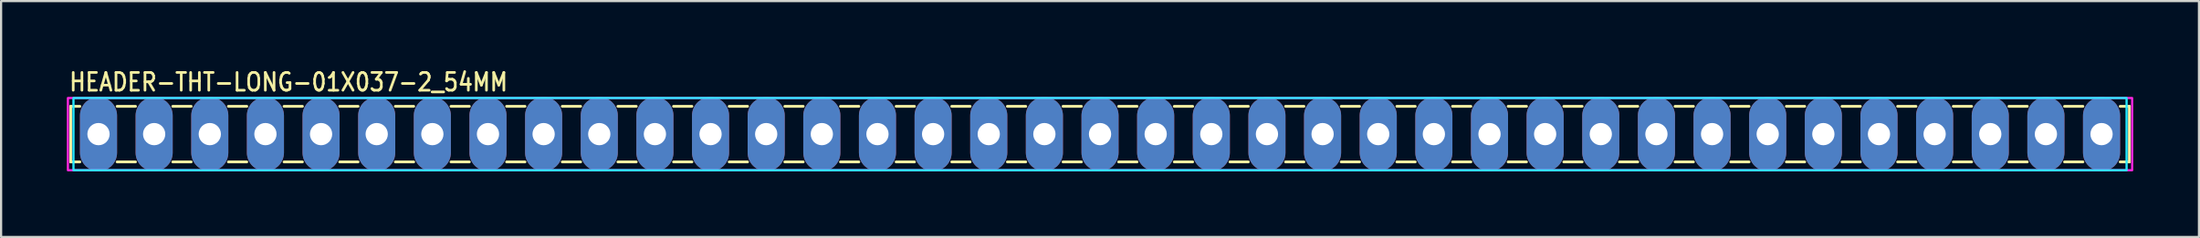
<source format=kicad_pcb>
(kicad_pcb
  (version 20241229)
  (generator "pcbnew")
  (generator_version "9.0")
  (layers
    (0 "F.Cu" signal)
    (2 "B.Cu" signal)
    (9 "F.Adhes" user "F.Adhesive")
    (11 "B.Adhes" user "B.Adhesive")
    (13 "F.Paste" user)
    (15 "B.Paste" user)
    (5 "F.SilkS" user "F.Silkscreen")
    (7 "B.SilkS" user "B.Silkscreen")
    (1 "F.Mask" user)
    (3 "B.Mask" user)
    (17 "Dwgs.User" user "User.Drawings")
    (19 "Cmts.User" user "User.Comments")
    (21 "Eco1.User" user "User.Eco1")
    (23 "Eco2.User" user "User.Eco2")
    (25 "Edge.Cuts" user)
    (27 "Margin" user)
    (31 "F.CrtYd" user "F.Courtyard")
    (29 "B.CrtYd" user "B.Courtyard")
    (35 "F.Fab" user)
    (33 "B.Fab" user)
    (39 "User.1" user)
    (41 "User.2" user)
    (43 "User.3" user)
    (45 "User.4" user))
  (footprint "HEADER-THT-LONG-01X037-2_54MM"
    (layer "F.Cu")
    (at 1.447 3.079)
    (property "Reference" "HEADER-THT-LONG-01X037-2_54MM" (at -1.4 -1.9 0) (unlocked yes) (layer "F.SilkS") (effects (font (size 0.813 0.695) (thickness 0.122)) (justify left bottom)))
    (fp_line (start -1.27 -1.27) (end -1.27 1.27) (stroke (width 0.127) (type solid)) (layer "F.SilkS"))
    (fp_line (start -1.27 1.27) (end -0.85 1.27) (stroke (width 0.127) (type solid)) (layer "F.SilkS"))
    (fp_line (start -0.85 -1.27) (end -1.27 -1.27) (stroke (width 0.127) (type solid)) (layer "F.SilkS"))
    (fp_line (start 0.85 -1.27) (end 1.69 -1.27) (stroke (width 0.127) (type solid)) (layer "F.SilkS"))
    (fp_line (start 0.85 1.27) (end 1.69 1.27) (stroke (width 0.127) (type solid)) (layer "F.SilkS"))
    (fp_line (start 3.39 -1.27) (end 4.23 -1.27) (stroke (width 0.127) (type solid)) (layer "F.SilkS"))
    (fp_line (start 3.39 1.27) (end 4.23 1.27) (stroke (width 0.127) (type solid)) (layer "F.SilkS"))
    (fp_line (start 5.93 -1.27) (end 6.77 -1.27) (stroke (width 0.127) (type solid)) (layer "F.SilkS"))
    (fp_line (start 5.93 1.27) (end 6.77 1.27) (stroke (width 0.127) (type solid)) (layer "F.SilkS"))
    (fp_line (start 8.47 -1.27) (end 9.31 -1.27) (stroke (width 0.127) (type solid)) (layer "F.SilkS"))
    (fp_line (start 8.47 1.27) (end 9.31 1.27) (stroke (width 0.127) (type solid)) (layer "F.SilkS"))
    (fp_line (start 11.01 -1.27) (end 11.85 -1.27) (stroke (width 0.127) (type solid)) (layer "F.SilkS"))
    (fp_line (start 11.01 1.27) (end 11.85 1.27) (stroke (width 0.127) (type solid)) (layer "F.SilkS"))
    (fp_line (start 13.55 -1.27) (end 14.39 -1.27) (stroke (width 0.127) (type solid)) (layer "F.SilkS"))
    (fp_line (start 13.55 1.27) (end 14.39 1.27) (stroke (width 0.127) (type solid)) (layer "F.SilkS"))
    (fp_line (start 16.09 -1.27) (end 16.93 -1.27) (stroke (width 0.127) (type solid)) (layer "F.SilkS"))
    (fp_line (start 16.09 1.27) (end 16.93 1.27) (stroke (width 0.127) (type solid)) (layer "F.SilkS"))
    (fp_line (start 18.63 -1.27) (end 19.47 -1.27) (stroke (width 0.127) (type solid)) (layer "F.SilkS"))
    (fp_line (start 18.63 1.27) (end 19.47 1.27) (stroke (width 0.127) (type solid)) (layer "F.SilkS"))
    (fp_line (start 21.17 -1.27) (end 22.01 -1.27) (stroke (width 0.127) (type solid)) (layer "F.SilkS"))
    (fp_line (start 21.17 1.27) (end 22.01 1.27) (stroke (width 0.127) (type solid)) (layer "F.SilkS"))
    (fp_line (start 23.71 -1.27) (end 24.55 -1.27) (stroke (width 0.127) (type solid)) (layer "F.SilkS"))
    (fp_line (start 23.71 1.27) (end 24.55 1.27) (stroke (width 0.127) (type solid)) (layer "F.SilkS"))
    (fp_line (start 26.25 -1.27) (end 27.09 -1.27) (stroke (width 0.127) (type solid)) (layer "F.SilkS"))
    (fp_line (start 26.25 1.27) (end 27.09 1.27) (stroke (width 0.127) (type solid)) (layer "F.SilkS"))
    (fp_line (start 28.79 -1.27) (end 29.63 -1.27) (stroke (width 0.127) (type solid)) (layer "F.SilkS"))
    (fp_line (start 28.79 1.27) (end 29.63 1.27) (stroke (width 0.127) (type solid)) (layer "F.SilkS"))
    (fp_line (start 31.33 -1.27) (end 32.17 -1.27) (stroke (width 0.127) (type solid)) (layer "F.SilkS"))
    (fp_line (start 31.33 1.27) (end 32.17 1.27) (stroke (width 0.127) (type solid)) (layer "F.SilkS"))
    (fp_line (start 33.87 -1.27) (end 34.71 -1.27) (stroke (width 0.127) (type solid)) (layer "F.SilkS"))
    (fp_line (start 33.87 1.27) (end 34.71 1.27) (stroke (width 0.127) (type solid)) (layer "F.SilkS"))
    (fp_line (start 36.41 -1.27) (end 37.25 -1.27) (stroke (width 0.127) (type solid)) (layer "F.SilkS"))
    (fp_line (start 36.41 1.27) (end 37.25 1.27) (stroke (width 0.127) (type solid)) (layer "F.SilkS"))
    (fp_line (start 38.95 -1.27) (end 39.79 -1.27) (stroke (width 0.127) (type solid)) (layer "F.SilkS"))
    (fp_line (start 38.95 1.27) (end 39.79 1.27) (stroke (width 0.127) (type solid)) (layer "F.SilkS"))
    (fp_line (start 41.49 -1.27) (end 42.33 -1.27) (stroke (width 0.127) (type solid)) (layer "F.SilkS"))
    (fp_line (start 41.49 1.27) (end 42.33 1.27) (stroke (width 0.127) (type solid)) (layer "F.SilkS"))
    (fp_line (start 44.03 -1.27) (end 44.87 -1.27) (stroke (width 0.127) (type solid)) (layer "F.SilkS"))
    (fp_line (start 44.03 1.27) (end 44.87 1.27) (stroke (width 0.127) (type solid)) (layer "F.SilkS"))
    (fp_line (start 46.57 -1.27) (end 47.41 -1.27) (stroke (width 0.127) (type solid)) (layer "F.SilkS"))
    (fp_line (start 46.57 1.27) (end 47.41 1.27) (stroke (width 0.127) (type solid)) (layer "F.SilkS"))
    (fp_line (start 49.11 -1.27) (end 49.95 -1.27) (stroke (width 0.127) (type solid)) (layer "F.SilkS"))
    (fp_line (start 49.11 1.27) (end 49.95 1.27) (stroke (width 0.127) (type solid)) (layer "F.SilkS"))
    (fp_line (start 51.65 -1.27) (end 52.49 -1.27) (stroke (width 0.127) (type solid)) (layer "F.SilkS"))
    (fp_line (start 51.65 1.27) (end 52.49 1.27) (stroke (width 0.127) (type solid)) (layer "F.SilkS"))
    (fp_line (start 54.19 -1.27) (end 55.03 -1.27) (stroke (width 0.127) (type solid)) (layer "F.SilkS"))
    (fp_line (start 54.19 1.27) (end 55.03 1.27) (stroke (width 0.127) (type solid)) (layer "F.SilkS"))
    (fp_line (start 56.73 -1.27) (end 57.57 -1.27) (stroke (width 0.127) (type solid)) (layer "F.SilkS"))
    (fp_line (start 56.73 1.27) (end 57.57 1.27) (stroke (width 0.127) (type solid)) (layer "F.SilkS"))
    (fp_line (start 59.27 -1.27) (end 60.11 -1.27) (stroke (width 0.127) (type solid)) (layer "F.SilkS"))
    (fp_line (start 59.27 1.27) (end 60.11 1.27) (stroke (width 0.127) (type solid)) (layer "F.SilkS"))
    (fp_line (start 61.81 -1.27) (end 62.65 -1.27) (stroke (width 0.127) (type solid)) (layer "F.SilkS"))
    (fp_line (start 61.81 1.27) (end 62.65 1.27) (stroke (width 0.127) (type solid)) (layer "F.SilkS"))
    (fp_line (start 64.35 -1.27) (end 65.19 -1.27) (stroke (width 0.127) (type solid)) (layer "F.SilkS"))
    (fp_line (start 64.35 1.27) (end 65.19 1.27) (stroke (width 0.127) (type solid)) (layer "F.SilkS"))
    (fp_line (start 66.89 -1.27) (end 67.73 -1.27) (stroke (width 0.127) (type solid)) (layer "F.SilkS"))
    (fp_line (start 66.89 1.27) (end 67.73 1.27) (stroke (width 0.127) (type solid)) (layer "F.SilkS"))
    (fp_line (start 69.43 -1.27) (end 70.27 -1.27) (stroke (width 0.127) (type solid)) (layer "F.SilkS"))
    (fp_line (start 69.43 1.27) (end 70.27 1.27) (stroke (width 0.127) (type solid)) (layer "F.SilkS"))
    (fp_line (start 71.97 -1.27) (end 72.81 -1.27) (stroke (width 0.127) (type solid)) (layer "F.SilkS"))
    (fp_line (start 71.97 1.27) (end 72.81 1.27) (stroke (width 0.127) (type solid)) (layer "F.SilkS"))
    (fp_line (start 74.51 -1.27) (end 75.35 -1.27) (stroke (width 0.127) (type solid)) (layer "F.SilkS"))
    (fp_line (start 74.51 1.27) (end 75.35 1.27) (stroke (width 0.127) (type solid)) (layer "F.SilkS"))
    (fp_line (start 77.05 -1.27) (end 77.89 -1.27) (stroke (width 0.127) (type solid)) (layer "F.SilkS"))
    (fp_line (start 77.05 1.27) (end 77.89 1.27) (stroke (width 0.127) (type solid)) (layer "F.SilkS"))
    (fp_line (start 79.59 -1.27) (end 80.43 -1.27) (stroke (width 0.127) (type solid)) (layer "F.SilkS"))
    (fp_line (start 79.59 1.27) (end 80.43 1.27) (stroke (width 0.127) (type solid)) (layer "F.SilkS"))
    (fp_line (start 82.13 -1.27) (end 82.97 -1.27) (stroke (width 0.127) (type solid)) (layer "F.SilkS"))
    (fp_line (start 82.13 1.27) (end 82.97 1.27) (stroke (width 0.127) (type solid)) (layer "F.SilkS"))
    (fp_line (start 84.67 -1.27) (end 85.51 -1.27) (stroke (width 0.127) (type solid)) (layer "F.SilkS"))
    (fp_line (start 84.67 1.27) (end 85.51 1.27) (stroke (width 0.127) (type solid)) (layer "F.SilkS"))
    (fp_line (start 87.21 -1.27) (end 88.05 -1.27) (stroke (width 0.127) (type solid)) (layer "F.SilkS"))
    (fp_line (start 87.21 1.27) (end 88.05 1.27) (stroke (width 0.127) (type solid)) (layer "F.SilkS"))
    (fp_line (start 89.75 -1.27) (end 90.59 -1.27) (stroke (width 0.127) (type solid)) (layer "F.SilkS"))
    (fp_line (start 89.75 1.27) (end 90.59 1.27) (stroke (width 0.127) (type solid)) (layer "F.SilkS"))
    (fp_line (start 92.29 -1.27) (end 92.71 -1.27) (stroke (width 0.127) (type solid)) (layer "F.SilkS"))
    (fp_line (start 92.71 -1.27) (end 92.71 1.27) (stroke (width 0.127) (type solid)) (layer "F.SilkS"))
    (fp_line (start 92.71 1.27) (end 92.29 1.27) (stroke (width 0.127) (type solid)) (layer "F.SilkS"))
    (fp_poly (pts (xy -1.143 -1.651) (xy 92.583 -1.651) (xy 92.583 1.651) (xy -1.143 1.651)) (stroke (width 0.1) (type solid)) (fill no) (layer "B.CrtYd"))
    (fp_poly (pts (xy -1.397 -1.651) (xy 92.837 -1.651) (xy 92.837 1.651) (xy -1.397 1.651)) (stroke (width 0.1) (type solid)) (fill no) (layer "F.CrtYd"))
    (pad "1" thru_hole oval (at 0 0 90) (size 3.387 1.693) (drill 1.016) (layers "*.Cu" "*.Mask"))
    (pad "2" thru_hole oval (at 2.54 0 90) (size 3.387 1.693) (drill 1.016) (layers "*.Cu" "*.Mask"))
    (pad "3" thru_hole oval (at 5.08 0 90) (size 3.387 1.693) (drill 1.016) (layers "*.Cu" "*.Mask"))
    (pad "4" thru_hole oval (at 7.62 0 90) (size 3.387 1.693) (drill 1.016) (layers "*.Cu" "*.Mask"))
    (pad "5" thru_hole oval (at 10.16 0 90) (size 3.387 1.693) (drill 1.016) (layers "*.Cu" "*.Mask"))
    (pad "6" thru_hole oval (at 12.7 0 90) (size 3.387 1.693) (drill 1.016) (layers "*.Cu" "*.Mask"))
    (pad "7" thru_hole oval (at 15.24 0 90) (size 3.387 1.693) (drill 1.016) (layers "*.Cu" "*.Mask"))
    (pad "8" thru_hole oval (at 17.78 0 90) (size 3.387 1.693) (drill 1.016) (layers "*.Cu" "*.Mask"))
    (pad "9" thru_hole oval (at 20.32 0 90) (size 3.387 1.693) (drill 1.016) (layers "*.Cu" "*.Mask"))
    (pad "10" thru_hole oval (at 22.86 0 90) (size 3.387 1.693) (drill 1.016) (layers "*.Cu" "*.Mask"))
    (pad "11" thru_hole oval (at 25.4 0 90) (size 3.387 1.693) (drill 1.016) (layers "*.Cu" "*.Mask"))
    (pad "12" thru_hole oval (at 27.94 0 90) (size 3.387 1.693) (drill 1.016) (layers "*.Cu" "*.Mask"))
    (pad "13" thru_hole oval (at 30.48 0 90) (size 3.387 1.693) (drill 1.016) (layers "*.Cu" "*.Mask"))
    (pad "14" thru_hole oval (at 33.02 0 90) (size 3.387 1.693) (drill 1.016) (layers "*.Cu" "*.Mask"))
    (pad "15" thru_hole oval (at 35.56 0 90) (size 3.387 1.693) (drill 1.016) (layers "*.Cu" "*.Mask"))
    (pad "16" thru_hole oval (at 38.1 0 90) (size 3.387 1.693) (drill 1.016) (layers "*.Cu" "*.Mask"))
    (pad "17" thru_hole oval (at 40.64 0 90) (size 3.387 1.693) (drill 1.016) (layers "*.Cu" "*.Mask"))
    (pad "18" thru_hole oval (at 43.18 0 90) (size 3.387 1.693) (drill 1.016) (layers "*.Cu" "*.Mask"))
    (pad "19" thru_hole oval (at 45.72 0 90) (size 3.387 1.693) (drill 1.016) (layers "*.Cu" "*.Mask"))
    (pad "20" thru_hole oval (at 48.26 0 90) (size 3.387 1.693) (drill 1.016) (layers "*.Cu" "*.Mask"))
    (pad "21" thru_hole oval (at 50.8 0 90) (size 3.387 1.693) (drill 1.016) (layers "*.Cu" "*.Mask"))
    (pad "22" thru_hole oval (at 53.34 0 90) (size 3.387 1.693) (drill 1.016) (layers "*.Cu" "*.Mask"))
    (pad "23" thru_hole oval (at 55.88 0 90) (size 3.387 1.693) (drill 1.016) (layers "*.Cu" "*.Mask"))
    (pad "24" thru_hole oval (at 58.42 0 90) (size 3.387 1.693) (drill 1.016) (layers "*.Cu" "*.Mask"))
    (pad "25" thru_hole oval (at 60.96 0 90) (size 3.387 1.693) (drill 1.016) (layers "*.Cu" "*.Mask"))
    (pad "26" thru_hole oval (at 63.5 0 90) (size 3.387 1.693) (drill 1.016) (layers "*.Cu" "*.Mask"))
    (pad "27" thru_hole oval (at 66.04 0 90) (size 3.387 1.693) (drill 1.016) (layers "*.Cu" "*.Mask"))
    (pad "28" thru_hole oval (at 68.58 0 90) (size 3.387 1.693) (drill 1.016) (layers "*.Cu" "*.Mask"))
    (pad "29" thru_hole oval (at 71.12 0 90) (size 3.387 1.693) (drill 1.016) (layers "*.Cu" "*.Mask"))
    (pad "30" thru_hole oval (at 73.66 0 90) (size 3.387 1.693) (drill 1.016) (layers "*.Cu" "*.Mask"))
    (pad "31" thru_hole oval (at 76.2 0 90) (size 3.387 1.693) (drill 1.016) (layers "*.Cu" "*.Mask"))
    (pad "32" thru_hole oval (at 78.74 0 90) (size 3.387 1.693) (drill 1.016) (layers "*.Cu" "*.Mask"))
    (pad "33" thru_hole oval (at 81.28 0 90) (size 3.387 1.693) (drill 1.016) (layers "*.Cu" "*.Mask"))
    (pad "34" thru_hole oval (at 83.82 0 90) (size 3.387 1.693) (drill 1.016) (layers "*.Cu" "*.Mask"))
    (pad "35" thru_hole oval (at 86.36 0 90) (size 3.387 1.693) (drill 1.016) (layers "*.Cu" "*.Mask"))
    (pad "36" thru_hole oval (at 88.9 0 90) (size 3.387 1.693) (drill 1.016) (layers "*.Cu" "*.Mask"))
    (pad "37" thru_hole oval (at 91.44 0 90) (size 3.387 1.693) (drill 1.016) (layers "*.Cu" "*.Mask")))
  (gr_rect
    (start -3 -3)
    (end 97.334 7.78)
    (stroke (width 0.1) (type default))
    (fill no)
    (layer "Edge.Cuts")))
</source>
